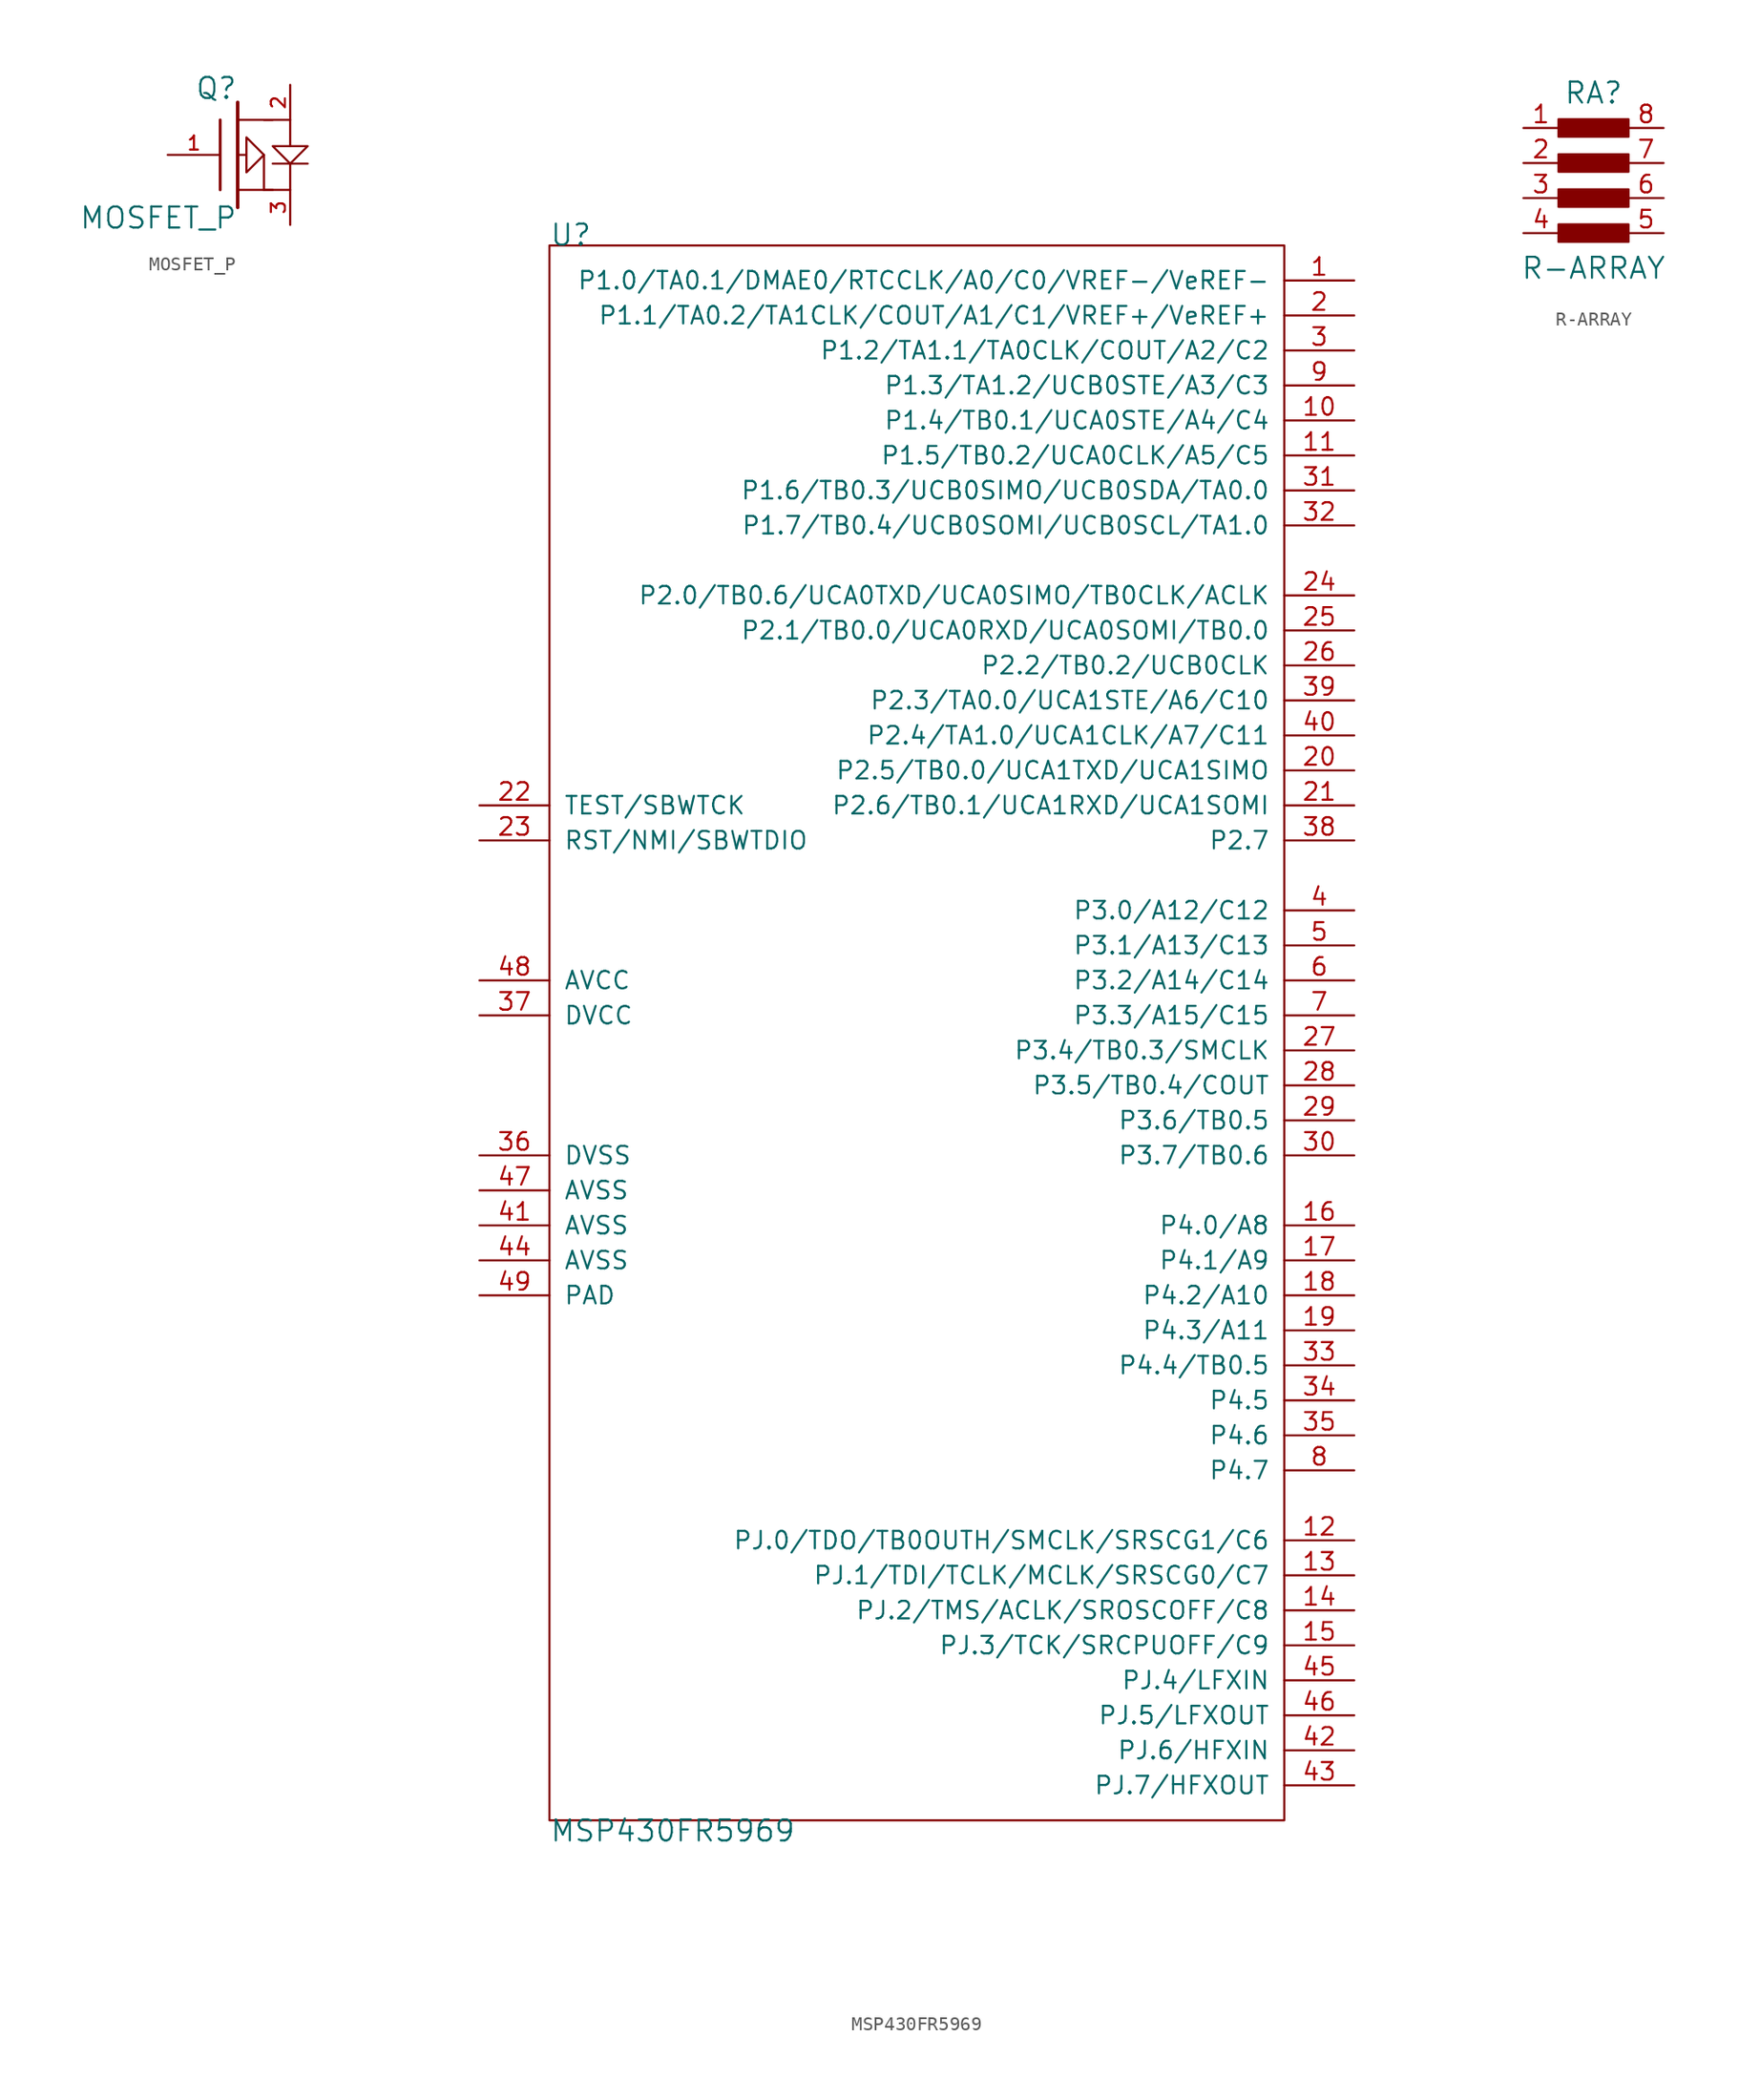
<source format=kicad_sym>
(kicad_symbol_lib
  (version 20211014)
  (generator kicad_symbol_editor)
  (symbol "MOSFET_P"
    (pin_names
      (offset 1.016) hide)
    (property "Reference" "Q"
      (at 0 4.826 0)
      (effects (font (size 1.524 1.524)) (justify right)))
    (property "Value" "MOSFET_P"
      (at 0 -4.572 0)
      (effects (font (size 1.524 1.524)) (justify right)))
    (property "Footprint" ""
      (at 0 0 0)
      (effects (font (size 1.524 1.524))))
    (property "Datasheet" ""
      (at 0 0 0)
      (effects (font (size 1.524 1.524))))
    (symbol "MOSFET_P_0_1"
      (polyline (pts (xy -1.27 -2.54) (xy -1.27 2.54)) (stroke (width 0.203) (type default) (color 0 0 0 0)) (fill (type none)))
      (polyline (pts (xy 0 -3.81) (xy 0 3.81)) (stroke (width 0.254) (type default) (color 0 0 0 0)) (fill (type none)))
      (polyline (pts (xy 1.905 0) (xy 1.905 -2.54)) (stroke (width 0) (type default) (color 0 0 0 0)) (fill (type none)))
      (polyline (pts (xy 2.54 -2.54) (xy 0 -2.54)) (stroke (width 0) (type default) (color 0 0 0 0)) (fill (type none)))
      (polyline (pts (xy 2.54 -0.635) (xy 5.08 -0.635)) (stroke (width 0) (type default) (color 0 0 0 0)) (fill (type none)))
      (polyline (pts (xy 2.54 2.54) (xy 0 2.54)) (stroke (width 0) (type default) (color 0 0 0 0)) (fill (type none)))
      (polyline (pts (xy 3.81 -0.635) (xy 3.81 -2.54) (xy 1.905 -2.54)) (stroke (width 0) (type default) (color 0 0 0 0)) (fill (type none)))
      (polyline (pts (xy 3.81 0.635) (xy 3.81 2.54) (xy 1.905 2.54)) (stroke (width 0) (type default) (color 0 0 0 0)) (fill (type none)))
      (polyline (pts (xy 3.81 -0.635) (xy 5.08 0.635) (xy 2.54 0.635) (xy 3.81 -0.635)) (stroke (width 0) (type default) (color 0 0 0 0)) (fill (type none)))
      (polyline (pts (xy 0 0) (xy 0.635 0) (xy 0.635 1.27) (xy 1.905 0) (xy 0.635 -1.27) (xy 0.635 0)) (stroke (width 0) (type default) (color 0 0 0 0)) (fill (type none))))
    (symbol "MOSFET_P_1_1"
      (pin input line (at -5.08 0 0) (length 3.81) (name "G" (effects (font (size 1.016 1.016)))) (number "1" (effects (font (size 1.016 1.016)))))
      (pin passive line (at 3.81 5.08 270) (length 2.54) (name "D" (effects (font (size 1.016 1.016)))) (number "2" (effects (font (size 1.016 1.016)))))
      (pin passive line (at 3.81 -5.08 90) (length 2.54) (name "S" (effects (font (size 1.016 1.016)))) (number "3" (effects (font (size 1.016 1.016)))))))
  (symbol "MSP430FR5969"
    (pin_names
      (offset 1.016))
    (property "Reference" "U"
      (at 0 0.762 0)
      (effects (font (size 1.524 1.524)) (justify left)))
    (property "Value" "MSP430FR5969"
      (at 0 -115.062 0)
      (effects (font (size 1.524 1.524)) (justify left)))
    (property "ki_locked" ""
      (at 0 0 0)
      (effects (font (size 1.27 1.27))))
    (symbol "MSP430FR5969_1_1"
      (rectangle (start 0 0) (end 53.34 -114.3) (stroke (width 0) (type default) (color 0 0 0 0)) (fill (type none)))
      (pin power_in line (at 58.42 -2.54 180) (length 5.08) (name "P1.0/TA0.1/DMAE0/RTCCLK/A0/C0/VREF-/VeREF-" (effects (font (size 1.27 1.27)))) (number "1" (effects (font (size 1.27 1.27)))))
      (pin power_in line (at 58.42 -12.7 180) (length 5.08) (name "P1.4/TB0.1/UCA0STE/A4/C4" (effects (font (size 1.27 1.27)))) (number "10" (effects (font (size 1.27 1.27)))))
      (pin power_in line (at 58.42 -15.24 180) (length 5.08) (name "P1.5/TB0.2/UCA0CLK/A5/C5" (effects (font (size 1.27 1.27)))) (number "11" (effects (font (size 1.27 1.27)))))
      (pin power_in line (at 58.42 -93.98 180) (length 5.08) (name "PJ.0/TDO/TB0OUTH/SMCLK/SRSCG1/C6" (effects (font (size 1.27 1.27)))) (number "12" (effects (font (size 1.27 1.27)))))
      (pin power_in line (at 58.42 -96.52 180) (length 5.08) (name "PJ.1/TDI/TCLK/MCLK/SRSCG0/C7" (effects (font (size 1.27 1.27)))) (number "13" (effects (font (size 1.27 1.27)))))
      (pin power_in line (at 58.42 -99.06 180) (length 5.08) (name "PJ.2/TMS/ACLK/SROSCOFF/C8" (effects (font (size 1.27 1.27)))) (number "14" (effects (font (size 1.27 1.27)))))
      (pin power_in line (at 58.42 -101.6 180) (length 5.08) (name "PJ.3/TCK/SRCPUOFF/C9" (effects (font (size 1.27 1.27)))) (number "15" (effects (font (size 1.27 1.27)))))
      (pin power_in line (at 58.42 -71.12 180) (length 5.08) (name "P4.0/A8" (effects (font (size 1.27 1.27)))) (number "16" (effects (font (size 1.27 1.27)))))
      (pin power_in line (at 58.42 -73.66 180) (length 5.08) (name "P4.1/A9" (effects (font (size 1.27 1.27)))) (number "17" (effects (font (size 1.27 1.27)))))
      (pin power_in line (at 58.42 -76.2 180) (length 5.08) (name "P4.2/A10" (effects (font (size 1.27 1.27)))) (number "18" (effects (font (size 1.27 1.27)))))
      (pin power_in line (at 58.42 -78.74 180) (length 5.08) (name "P4.3/A11" (effects (font (size 1.27 1.27)))) (number "19" (effects (font (size 1.27 1.27)))))
      (pin power_in line (at 58.42 -5.08 180) (length 5.08) (name "P1.1/TA0.2/TA1CLK/COUT/A1/C1/VREF+/VeREF+" (effects (font (size 1.27 1.27)))) (number "2" (effects (font (size 1.27 1.27)))))
      (pin power_in line (at 58.42 -38.1 180) (length 5.08) (name "P2.5/TB0.0/UCA1TXD/UCA1SIMO" (effects (font (size 1.27 1.27)))) (number "20" (effects (font (size 1.27 1.27)))))
      (pin power_in line (at 58.42 -40.64 180) (length 5.08) (name "P2.6/TB0.1/UCA1RXD/UCA1SOMI" (effects (font (size 1.27 1.27)))) (number "21" (effects (font (size 1.27 1.27)))))
      (pin power_in line (at -5.08 -40.64 0) (length 5.08) (name "TEST/SBWTCK" (effects (font (size 1.27 1.27)))) (number "22" (effects (font (size 1.27 1.27)))))
      (pin power_in line (at -5.08 -43.18 0) (length 5.08) (name "RST/NMI/SBWTDIO" (effects (font (size 1.27 1.27)))) (number "23" (effects (font (size 1.27 1.27)))))
      (pin power_in line (at 58.42 -25.4 180) (length 5.08) (name "P2.0/TB0.6/UCA0TXD/UCA0SIMO/TB0CLK/ACLK" (effects (font (size 1.27 1.27)))) (number "24" (effects (font (size 1.27 1.27)))))
      (pin power_in line (at 58.42 -27.94 180) (length 5.08) (name "P2.1/TB0.0/UCA0RXD/UCA0SOMI/TB0.0" (effects (font (size 1.27 1.27)))) (number "25" (effects (font (size 1.27 1.27)))))
      (pin power_in line (at 58.42 -30.48 180) (length 5.08) (name "P2.2/TB0.2/UCB0CLK" (effects (font (size 1.27 1.27)))) (number "26" (effects (font (size 1.27 1.27)))))
      (pin power_in line (at 58.42 -58.42 180) (length 5.08) (name "P3.4/TB0.3/SMCLK" (effects (font (size 1.27 1.27)))) (number "27" (effects (font (size 1.27 1.27)))))
      (pin power_in line (at 58.42 -60.96 180) (length 5.08) (name "P3.5/TB0.4/COUT" (effects (font (size 1.27 1.27)))) (number "28" (effects (font (size 1.27 1.27)))))
      (pin power_in line (at 58.42 -63.5 180) (length 5.08) (name "P3.6/TB0.5" (effects (font (size 1.27 1.27)))) (number "29" (effects (font (size 1.27 1.27)))))
      (pin power_in line (at 58.42 -7.62 180) (length 5.08) (name "P1.2/TA1.1/TA0CLK/COUT/A2/C2" (effects (font (size 1.27 1.27)))) (number "3" (effects (font (size 1.27 1.27)))))
      (pin power_in line (at 58.42 -66.04 180) (length 5.08) (name "P3.7/TB0.6" (effects (font (size 1.27 1.27)))) (number "30" (effects (font (size 1.27 1.27)))))
      (pin power_in line (at 58.42 -17.78 180) (length 5.08) (name "P1.6/TB0.3/UCB0SIMO/UCB0SDA/TA0.0" (effects (font (size 1.27 1.27)))) (number "31" (effects (font (size 1.27 1.27)))))
      (pin power_in line (at 58.42 -20.32 180) (length 5.08) (name "P1.7/TB0.4/UCB0SOMI/UCB0SCL/TA1.0" (effects (font (size 1.27 1.27)))) (number "32" (effects (font (size 1.27 1.27)))))
      (pin power_in line (at 58.42 -81.28 180) (length 5.08) (name "P4.4/TB0.5" (effects (font (size 1.27 1.27)))) (number "33" (effects (font (size 1.27 1.27)))))
      (pin power_in line (at 58.42 -83.82 180) (length 5.08) (name "P4.5" (effects (font (size 1.27 1.27)))) (number "34" (effects (font (size 1.27 1.27)))))
      (pin power_in line (at 58.42 -86.36 180) (length 5.08) (name "P4.6" (effects (font (size 1.27 1.27)))) (number "35" (effects (font (size 1.27 1.27)))))
      (pin power_in line (at -5.08 -66.04 0) (length 5.08) (name "DVSS" (effects (font (size 1.27 1.27)))) (number "36" (effects (font (size 1.27 1.27)))))
      (pin power_in line (at -5.08 -55.88 0) (length 5.08) (name "DVCC" (effects (font (size 1.27 1.27)))) (number "37" (effects (font (size 1.27 1.27)))))
      (pin power_in line (at 58.42 -43.18 180) (length 5.08) (name "P2.7" (effects (font (size 1.27 1.27)))) (number "38" (effects (font (size 1.27 1.27)))))
      (pin power_in line (at 58.42 -33.02 180) (length 5.08) (name "P2.3/TA0.0/UCA1STE/A6/C10" (effects (font (size 1.27 1.27)))) (number "39" (effects (font (size 1.27 1.27)))))
      (pin power_in line (at 58.42 -48.26 180) (length 5.08) (name "P3.0/A12/C12" (effects (font (size 1.27 1.27)))) (number "4" (effects (font (size 1.27 1.27)))))
      (pin power_in line (at 58.42 -35.56 180) (length 5.08) (name "P2.4/TA1.0/UCA1CLK/A7/C11" (effects (font (size 1.27 1.27)))) (number "40" (effects (font (size 1.27 1.27)))))
      (pin power_in line (at -5.08 -71.12 0) (length 5.08) (name "AVSS" (effects (font (size 1.27 1.27)))) (number "41" (effects (font (size 1.27 1.27)))))
      (pin power_in line (at 58.42 -109.22 180) (length 5.08) (name "PJ.6/HFXIN" (effects (font (size 1.27 1.27)))) (number "42" (effects (font (size 1.27 1.27)))))
      (pin power_in line (at 58.42 -111.76 180) (length 5.08) (name "PJ.7/HFXOUT" (effects (font (size 1.27 1.27)))) (number "43" (effects (font (size 1.27 1.27)))))
      (pin power_in line (at -5.08 -73.66 0) (length 5.08) (name "AVSS" (effects (font (size 1.27 1.27)))) (number "44" (effects (font (size 1.27 1.27)))))
      (pin power_in line (at 58.42 -104.14 180) (length 5.08) (name "PJ.4/LFXIN" (effects (font (size 1.27 1.27)))) (number "45" (effects (font (size 1.27 1.27)))))
      (pin power_in line (at 58.42 -106.68 180) (length 5.08) (name "PJ.5/LFXOUT" (effects (font (size 1.27 1.27)))) (number "46" (effects (font (size 1.27 1.27)))))
      (pin power_in line (at -5.08 -68.58 0) (length 5.08) (name "AVSS" (effects (font (size 1.27 1.27)))) (number "47" (effects (font (size 1.27 1.27)))))
      (pin power_in line (at -5.08 -53.34 0) (length 5.08) (name "AVCC" (effects (font (size 1.27 1.27)))) (number "48" (effects (font (size 1.27 1.27)))))
      (pin power_in line (at -5.08 -76.2 0) (length 5.08) (name "PAD" (effects (font (size 1.27 1.27)))) (number "49" (effects (font (size 1.27 1.27)))))
      (pin power_in line (at 58.42 -50.8 180) (length 5.08) (name "P3.1/A13/C13" (effects (font (size 1.27 1.27)))) (number "5" (effects (font (size 1.27 1.27)))))
      (pin power_in line (at 58.42 -53.34 180) (length 5.08) (name "P3.2/A14/C14" (effects (font (size 1.27 1.27)))) (number "6" (effects (font (size 1.27 1.27)))))
      (pin power_in line (at 58.42 -55.88 180) (length 5.08) (name "P3.3/A15/C15" (effects (font (size 1.27 1.27)))) (number "7" (effects (font (size 1.27 1.27)))))
      (pin power_in line (at 58.42 -88.9 180) (length 5.08) (name "P4.7" (effects (font (size 1.27 1.27)))) (number "8" (effects (font (size 1.27 1.27)))))
      (pin power_in line (at 58.42 -10.16 180) (length 5.08) (name "P1.3/TA1.2/UCB0STE/A3/C3" (effects (font (size 1.27 1.27)))) (number "9" (effects (font (size 1.27 1.27)))))))
  (symbol "R-ARRAY"
    (pin_names
      (offset 1.016))
    (property "Reference" "RA"
      (at 0 6.35 0)
      (effects (font (size 1.524 1.524))))
    (property "Value" "R-ARRAY"
      (at 0 -6.35 0)
      (effects (font (size 1.524 1.524))))
    (property "Footprint" ""
      (at 0 0 0)
      (effects (font (size 1.524 1.524))))
    (property "Datasheet" ""
      (at 0 0 0)
      (effects (font (size 1.524 1.524))))
    (symbol "R-ARRAY_0_1"
      (rectangle (start -2.54 -3.175) (end 2.54 -4.445) (stroke (width 0) (type default) (color 0 0 0 0)) (fill (type outline)))
      (rectangle (start -2.54 -0.635) (end 2.54 -1.905) (stroke (width 0) (type default) (color 0 0 0 0)) (fill (type outline)))
      (rectangle (start -2.54 1.905) (end 2.54 0.635) (stroke (width 0) (type default) (color 0 0 0 0)) (fill (type outline)))
      (rectangle (start -2.54 4.445) (end 2.54 3.175) (stroke (width 0) (type default) (color 0 0 0 0)) (fill (type outline))))
    (symbol "R-ARRAY_1_1"
      (pin bidirectional line (at -5.08 3.81 0) (length 2.54) (name "~" (effects (font (size 1.27 1.27)))) (number "1" (effects (font (size 1.27 1.27)))))
      (pin bidirectional line (at -5.08 1.27 0) (length 2.54) (name "~" (effects (font (size 1.27 1.27)))) (number "2" (effects (font (size 1.27 1.27)))))
      (pin bidirectional line (at -5.08 -1.27 0) (length 2.54) (name "~" (effects (font (size 1.27 1.27)))) (number "3" (effects (font (size 1.27 1.27)))))
      (pin bidirectional line (at -5.08 -3.81 0) (length 2.54) (name "~" (effects (font (size 1.27 1.27)))) (number "4" (effects (font (size 1.27 1.27)))))
      (pin bidirectional line (at 5.08 -3.81 180) (length 2.54) (name "~" (effects (font (size 1.27 1.27)))) (number "5" (effects (font (size 1.27 1.27)))))
      (pin bidirectional line (at 5.08 -1.27 180) (length 2.54) (name "~" (effects (font (size 1.27 1.27)))) (number "6" (effects (font (size 1.27 1.27)))))
      (pin bidirectional line (at 5.08 1.27 180) (length 2.54) (name "~" (effects (font (size 1.27 1.27)))) (number "7" (effects (font (size 1.27 1.27)))))
      (pin bidirectional line (at 5.08 3.81 180) (length 2.54) (name "~" (effects (font (size 1.27 1.27)))) (number "8" (effects (font (size 1.27 1.27))))))))
</source>
